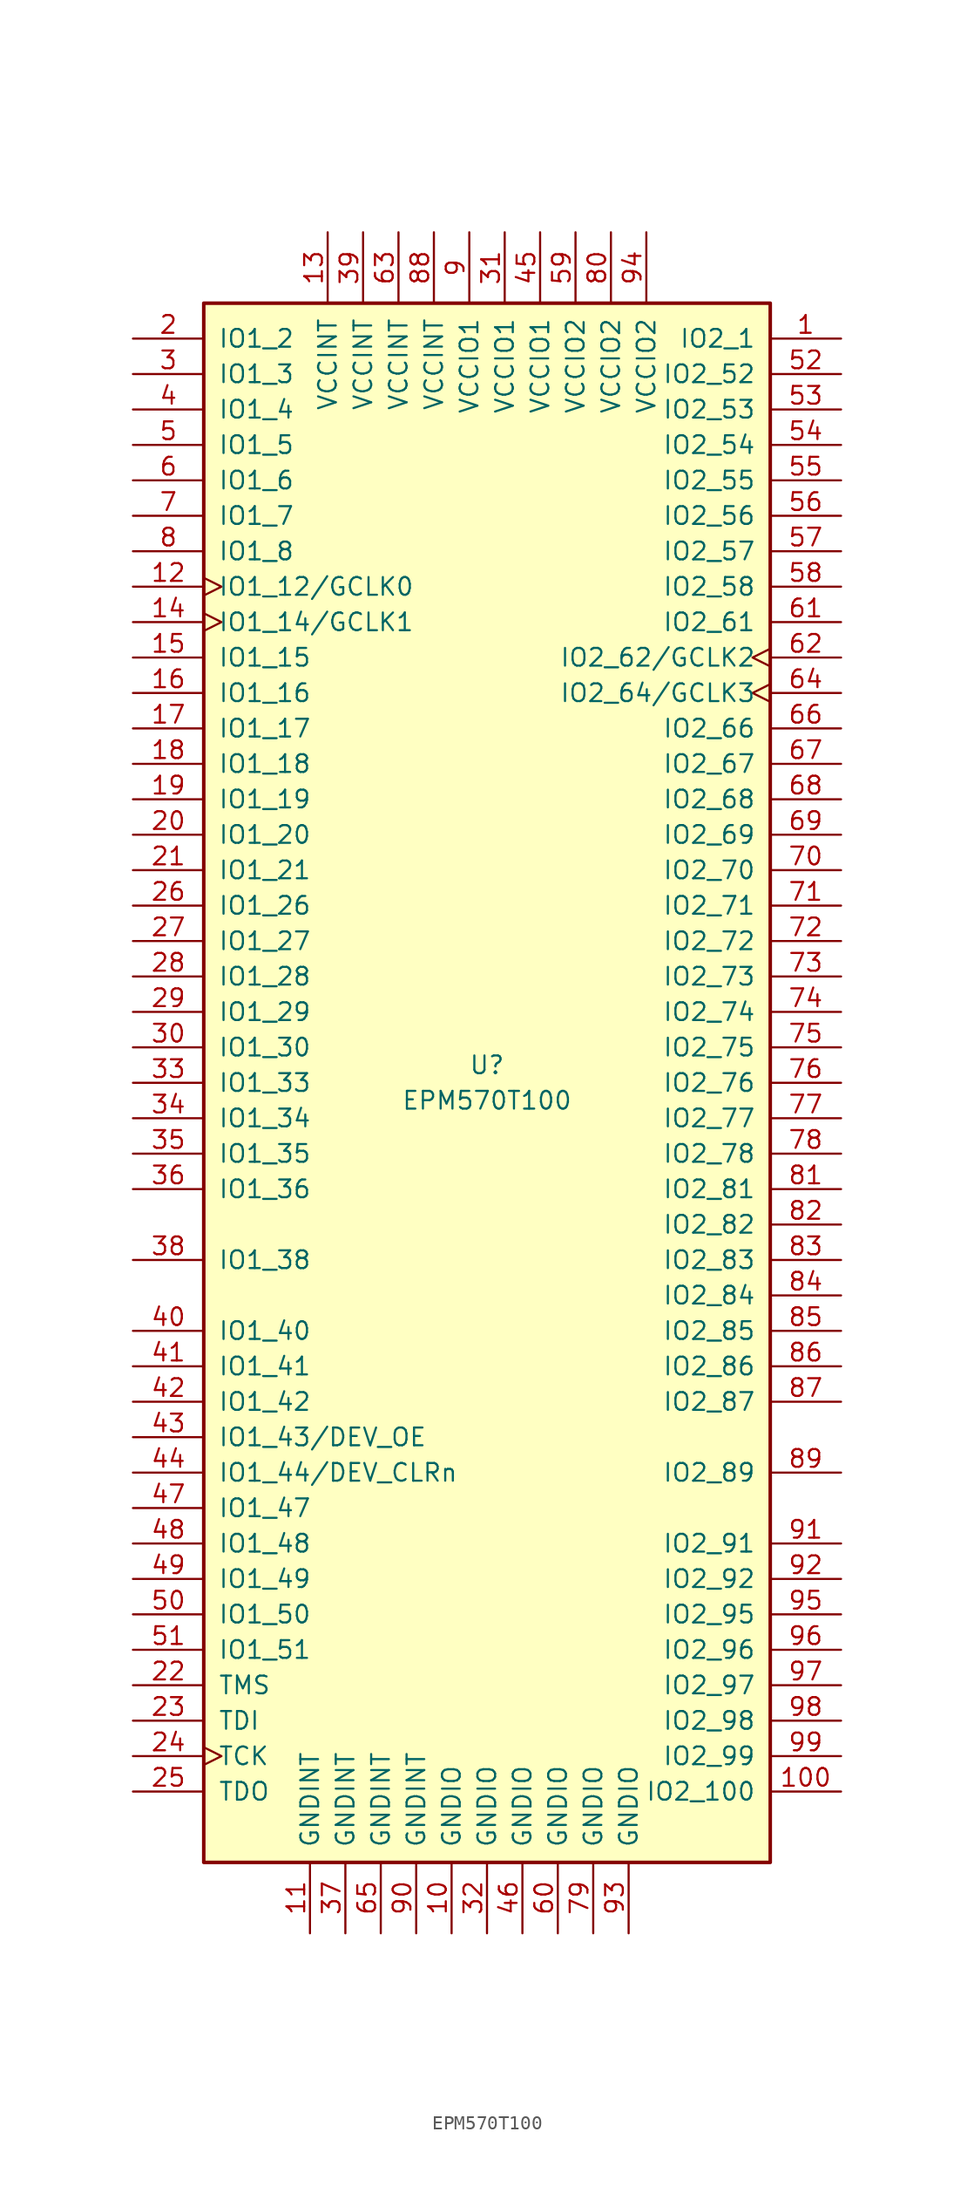
<source format=kicad_sym>
(kicad_symbol_lib
  (version 20220914)
  (generator kicad_symbol_editor)
  (symbol "EPM570T100"
    (pin_names
      (offset 1.016))
    (property "Reference" "U"
      (at 0 1.27 0)
      (effects (font (size 1.27 1.27))))
    (property "Value" "EPM570T100"
      (at 0 -1.27 0)
      (effects (font (size 1.27 1.27))))
    (symbol "EPM570T100_1_1"
      (rectangle (start -20.32 55.88) (end 20.32 -55.88) (stroke (width 0.254) (type default)) (fill (type background)))
      (pin bidirectional line (at 25.4 53.34 180) (length 5.08) (name "IO2_1" (effects (font (size 1.27 1.27)))) (number "1" (effects (font (size 1.27 1.27)))))
      (pin power_in line (at -2.54 -60.96 90) (length 5.08) (name "GNDIO" (effects (font (size 1.27 1.27)))) (number "10" (effects (font (size 1.27 1.27)))))
      (pin bidirectional line (at 25.4 -50.8 180) (length 5.08) (name "IO2_100" (effects (font (size 1.27 1.27)))) (number "100" (effects (font (size 1.27 1.27)))))
      (pin power_in line (at -12.7 -60.96 90) (length 5.08) (name "GNDINT" (effects (font (size 1.27 1.27)))) (number "11" (effects (font (size 1.27 1.27)))))
      (pin bidirectional clock (at -25.4 35.56 0) (length 5.08) (name "IO1_12/GCLK0" (effects (font (size 1.27 1.27)))) (number "12" (effects (font (size 1.27 1.27)))))
      (pin power_in line (at -11.43 60.96 270) (length 5.08) (name "VCCINT" (effects (font (size 1.27 1.27)))) (number "13" (effects (font (size 1.27 1.27)))))
      (pin bidirectional clock (at -25.4 33.02 0) (length 5.08) (name "IO1_14/GCLK1" (effects (font (size 1.27 1.27)))) (number "14" (effects (font (size 1.27 1.27)))))
      (pin bidirectional line (at -25.4 30.48 0) (length 5.08) (name "IO1_15" (effects (font (size 1.27 1.27)))) (number "15" (effects (font (size 1.27 1.27)))))
      (pin bidirectional line (at -25.4 27.94 0) (length 5.08) (name "IO1_16" (effects (font (size 1.27 1.27)))) (number "16" (effects (font (size 1.27 1.27)))))
      (pin bidirectional line (at -25.4 25.4 0) (length 5.08) (name "IO1_17" (effects (font (size 1.27 1.27)))) (number "17" (effects (font (size 1.27 1.27)))))
      (pin bidirectional line (at -25.4 22.86 0) (length 5.08) (name "IO1_18" (effects (font (size 1.27 1.27)))) (number "18" (effects (font (size 1.27 1.27)))))
      (pin bidirectional line (at -25.4 20.32 0) (length 5.08) (name "IO1_19" (effects (font (size 1.27 1.27)))) (number "19" (effects (font (size 1.27 1.27)))))
      (pin bidirectional line (at -25.4 53.34 0) (length 5.08) (name "IO1_2" (effects (font (size 1.27 1.27)))) (number "2" (effects (font (size 1.27 1.27)))))
      (pin bidirectional line (at -25.4 17.78 0) (length 5.08) (name "IO1_20" (effects (font (size 1.27 1.27)))) (number "20" (effects (font (size 1.27 1.27)))))
      (pin bidirectional line (at -25.4 15.24 0) (length 5.08) (name "IO1_21" (effects (font (size 1.27 1.27)))) (number "21" (effects (font (size 1.27 1.27)))))
      (pin input line (at -25.4 -43.18 0) (length 5.08) (name "TMS" (effects (font (size 1.27 1.27)))) (number "22" (effects (font (size 1.27 1.27)))))
      (pin input line (at -25.4 -45.72 0) (length 5.08) (name "TDI" (effects (font (size 1.27 1.27)))) (number "23" (effects (font (size 1.27 1.27)))))
      (pin input clock (at -25.4 -48.26 0) (length 5.08) (name "TCK" (effects (font (size 1.27 1.27)))) (number "24" (effects (font (size 1.27 1.27)))))
      (pin output line (at -25.4 -50.8 0) (length 5.08) (name "TDO" (effects (font (size 1.27 1.27)))) (number "25" (effects (font (size 1.27 1.27)))))
      (pin bidirectional line (at -25.4 12.7 0) (length 5.08) (name "IO1_26" (effects (font (size 1.27 1.27)))) (number "26" (effects (font (size 1.27 1.27)))))
      (pin bidirectional line (at -25.4 10.16 0) (length 5.08) (name "IO1_27" (effects (font (size 1.27 1.27)))) (number "27" (effects (font (size 1.27 1.27)))))
      (pin bidirectional line (at -25.4 7.62 0) (length 5.08) (name "IO1_28" (effects (font (size 1.27 1.27)))) (number "28" (effects (font (size 1.27 1.27)))))
      (pin bidirectional line (at -25.4 5.08 0) (length 5.08) (name "IO1_29" (effects (font (size 1.27 1.27)))) (number "29" (effects (font (size 1.27 1.27)))))
      (pin bidirectional line (at -25.4 50.8 0) (length 5.08) (name "IO1_3" (effects (font (size 1.27 1.27)))) (number "3" (effects (font (size 1.27 1.27)))))
      (pin bidirectional line (at -25.4 2.54 0) (length 5.08) (name "IO1_30" (effects (font (size 1.27 1.27)))) (number "30" (effects (font (size 1.27 1.27)))))
      (pin power_in line (at 1.27 60.96 270) (length 5.08) (name "VCCIO1" (effects (font (size 1.27 1.27)))) (number "31" (effects (font (size 1.27 1.27)))))
      (pin power_in line (at 0 -60.96 90) (length 5.08) (name "GNDIO" (effects (font (size 1.27 1.27)))) (number "32" (effects (font (size 1.27 1.27)))))
      (pin bidirectional line (at -25.4 0 0) (length 5.08) (name "IO1_33" (effects (font (size 1.27 1.27)))) (number "33" (effects (font (size 1.27 1.27)))))
      (pin bidirectional line (at -25.4 -2.54 0) (length 5.08) (name "IO1_34" (effects (font (size 1.27 1.27)))) (number "34" (effects (font (size 1.27 1.27)))))
      (pin bidirectional line (at -25.4 -5.08 0) (length 5.08) (name "IO1_35" (effects (font (size 1.27 1.27)))) (number "35" (effects (font (size 1.27 1.27)))))
      (pin bidirectional line (at -25.4 -7.62 0) (length 5.08) (name "IO1_36" (effects (font (size 1.27 1.27)))) (number "36" (effects (font (size 1.27 1.27)))))
      (pin power_in line (at -10.16 -60.96 90) (length 5.08) (name "GNDINT" (effects (font (size 1.27 1.27)))) (number "37" (effects (font (size 1.27 1.27)))))
      (pin bidirectional line (at -25.4 -12.7 0) (length 5.08) (name "IO1_38" (effects (font (size 1.27 1.27)))) (number "38" (effects (font (size 1.27 1.27)))))
      (pin power_in line (at -8.89 60.96 270) (length 5.08) (name "VCCINT" (effects (font (size 1.27 1.27)))) (number "39" (effects (font (size 1.27 1.27)))))
      (pin bidirectional line (at -25.4 48.26 0) (length 5.08) (name "IO1_4" (effects (font (size 1.27 1.27)))) (number "4" (effects (font (size 1.27 1.27)))))
      (pin bidirectional line (at -25.4 -17.78 0) (length 5.08) (name "IO1_40" (effects (font (size 1.27 1.27)))) (number "40" (effects (font (size 1.27 1.27)))))
      (pin bidirectional line (at -25.4 -20.32 0) (length 5.08) (name "IO1_41" (effects (font (size 1.27 1.27)))) (number "41" (effects (font (size 1.27 1.27)))))
      (pin bidirectional line (at -25.4 -22.86 0) (length 5.08) (name "IO1_42" (effects (font (size 1.27 1.27)))) (number "42" (effects (font (size 1.27 1.27)))))
      (pin bidirectional line (at -25.4 -25.4 0) (length 5.08) (name "IO1_43/DEV_OE" (effects (font (size 1.27 1.27)))) (number "43" (effects (font (size 1.27 1.27)))))
      (pin bidirectional line (at -25.4 -27.94 0) (length 5.08) (name "IO1_44/DEV_CLRn" (effects (font (size 1.27 1.27)))) (number "44" (effects (font (size 1.27 1.27)))))
      (pin power_in line (at 3.81 60.96 270) (length 5.08) (name "VCCIO1" (effects (font (size 1.27 1.27)))) (number "45" (effects (font (size 1.27 1.27)))))
      (pin power_in line (at 2.54 -60.96 90) (length 5.08) (name "GNDIO" (effects (font (size 1.27 1.27)))) (number "46" (effects (font (size 1.27 1.27)))))
      (pin bidirectional line (at -25.4 -30.48 0) (length 5.08) (name "IO1_47" (effects (font (size 1.27 1.27)))) (number "47" (effects (font (size 1.27 1.27)))))
      (pin bidirectional line (at -25.4 -33.02 0) (length 5.08) (name "IO1_48" (effects (font (size 1.27 1.27)))) (number "48" (effects (font (size 1.27 1.27)))))
      (pin bidirectional line (at -25.4 -35.56 0) (length 5.08) (name "IO1_49" (effects (font (size 1.27 1.27)))) (number "49" (effects (font (size 1.27 1.27)))))
      (pin bidirectional line (at -25.4 45.72 0) (length 5.08) (name "IO1_5" (effects (font (size 1.27 1.27)))) (number "5" (effects (font (size 1.27 1.27)))))
      (pin bidirectional line (at -25.4 -38.1 0) (length 5.08) (name "IO1_50" (effects (font (size 1.27 1.27)))) (number "50" (effects (font (size 1.27 1.27)))))
      (pin bidirectional line (at -25.4 -40.64 0) (length 5.08) (name "IO1_51" (effects (font (size 1.27 1.27)))) (number "51" (effects (font (size 1.27 1.27)))))
      (pin bidirectional line (at 25.4 50.8 180) (length 5.08) (name "IO2_52" (effects (font (size 1.27 1.27)))) (number "52" (effects (font (size 1.27 1.27)))))
      (pin bidirectional line (at 25.4 48.26 180) (length 5.08) (name "IO2_53" (effects (font (size 1.27 1.27)))) (number "53" (effects (font (size 1.27 1.27)))))
      (pin bidirectional line (at 25.4 45.72 180) (length 5.08) (name "IO2_54" (effects (font (size 1.27 1.27)))) (number "54" (effects (font (size 1.27 1.27)))))
      (pin bidirectional line (at 25.4 43.18 180) (length 5.08) (name "IO2_55" (effects (font (size 1.27 1.27)))) (number "55" (effects (font (size 1.27 1.27)))))
      (pin bidirectional line (at 25.4 40.64 180) (length 5.08) (name "IO2_56" (effects (font (size 1.27 1.27)))) (number "56" (effects (font (size 1.27 1.27)))))
      (pin bidirectional line (at 25.4 38.1 180) (length 5.08) (name "IO2_57" (effects (font (size 1.27 1.27)))) (number "57" (effects (font (size 1.27 1.27)))))
      (pin bidirectional line (at 25.4 35.56 180) (length 5.08) (name "IO2_58" (effects (font (size 1.27 1.27)))) (number "58" (effects (font (size 1.27 1.27)))))
      (pin power_in line (at 6.35 60.96 270) (length 5.08) (name "VCCIO2" (effects (font (size 1.27 1.27)))) (number "59" (effects (font (size 1.27 1.27)))))
      (pin bidirectional line (at -25.4 43.18 0) (length 5.08) (name "IO1_6" (effects (font (size 1.27 1.27)))) (number "6" (effects (font (size 1.27 1.27)))))
      (pin power_in line (at 5.08 -60.96 90) (length 5.08) (name "GNDIO" (effects (font (size 1.27 1.27)))) (number "60" (effects (font (size 1.27 1.27)))))
      (pin bidirectional line (at 25.4 33.02 180) (length 5.08) (name "IO2_61" (effects (font (size 1.27 1.27)))) (number "61" (effects (font (size 1.27 1.27)))))
      (pin bidirectional clock (at 25.4 30.48 180) (length 5.08) (name "IO2_62/GCLK2" (effects (font (size 1.27 1.27)))) (number "62" (effects (font (size 1.27 1.27)))))
      (pin power_in line (at -6.35 60.96 270) (length 5.08) (name "VCCINT" (effects (font (size 1.27 1.27)))) (number "63" (effects (font (size 1.27 1.27)))))
      (pin bidirectional clock (at 25.4 27.94 180) (length 5.08) (name "IO2_64/GCLK3" (effects (font (size 1.27 1.27)))) (number "64" (effects (font (size 1.27 1.27)))))
      (pin power_in line (at -7.62 -60.96 90) (length 5.08) (name "GNDINT" (effects (font (size 1.27 1.27)))) (number "65" (effects (font (size 1.27 1.27)))))
      (pin bidirectional line (at 25.4 25.4 180) (length 5.08) (name "IO2_66" (effects (font (size 1.27 1.27)))) (number "66" (effects (font (size 1.27 1.27)))))
      (pin bidirectional line (at 25.4 22.86 180) (length 5.08) (name "IO2_67" (effects (font (size 1.27 1.27)))) (number "67" (effects (font (size 1.27 1.27)))))
      (pin bidirectional line (at 25.4 20.32 180) (length 5.08) (name "IO2_68" (effects (font (size 1.27 1.27)))) (number "68" (effects (font (size 1.27 1.27)))))
      (pin bidirectional line (at 25.4 17.78 180) (length 5.08) (name "IO2_69" (effects (font (size 1.27 1.27)))) (number "69" (effects (font (size 1.27 1.27)))))
      (pin bidirectional line (at -25.4 40.64 0) (length 5.08) (name "IO1_7" (effects (font (size 1.27 1.27)))) (number "7" (effects (font (size 1.27 1.27)))))
      (pin bidirectional line (at 25.4 15.24 180) (length 5.08) (name "IO2_70" (effects (font (size 1.27 1.27)))) (number "70" (effects (font (size 1.27 1.27)))))
      (pin bidirectional line (at 25.4 12.7 180) (length 5.08) (name "IO2_71" (effects (font (size 1.27 1.27)))) (number "71" (effects (font (size 1.27 1.27)))))
      (pin bidirectional line (at 25.4 10.16 180) (length 5.08) (name "IO2_72" (effects (font (size 1.27 1.27)))) (number "72" (effects (font (size 1.27 1.27)))))
      (pin bidirectional line (at 25.4 7.62 180) (length 5.08) (name "IO2_73" (effects (font (size 1.27 1.27)))) (number "73" (effects (font (size 1.27 1.27)))))
      (pin bidirectional line (at 25.4 5.08 180) (length 5.08) (name "IO2_74" (effects (font (size 1.27 1.27)))) (number "74" (effects (font (size 1.27 1.27)))))
      (pin bidirectional line (at 25.4 2.54 180) (length 5.08) (name "IO2_75" (effects (font (size 1.27 1.27)))) (number "75" (effects (font (size 1.27 1.27)))))
      (pin bidirectional line (at 25.4 0 180) (length 5.08) (name "IO2_76" (effects (font (size 1.27 1.27)))) (number "76" (effects (font (size 1.27 1.27)))))
      (pin bidirectional line (at 25.4 -2.54 180) (length 5.08) (name "IO2_77" (effects (font (size 1.27 1.27)))) (number "77" (effects (font (size 1.27 1.27)))))
      (pin bidirectional line (at 25.4 -5.08 180) (length 5.08) (name "IO2_78" (effects (font (size 1.27 1.27)))) (number "78" (effects (font (size 1.27 1.27)))))
      (pin power_in line (at 7.62 -60.96 90) (length 5.08) (name "GNDIO" (effects (font (size 1.27 1.27)))) (number "79" (effects (font (size 1.27 1.27)))))
      (pin bidirectional line (at -25.4 38.1 0) (length 5.08) (name "IO1_8" (effects (font (size 1.27 1.27)))) (number "8" (effects (font (size 1.27 1.27)))))
      (pin power_in line (at 8.89 60.96 270) (length 5.08) (name "VCCIO2" (effects (font (size 1.27 1.27)))) (number "80" (effects (font (size 1.27 1.27)))))
      (pin bidirectional line (at 25.4 -7.62 180) (length 5.08) (name "IO2_81" (effects (font (size 1.27 1.27)))) (number "81" (effects (font (size 1.27 1.27)))))
      (pin bidirectional line (at 25.4 -10.16 180) (length 5.08) (name "IO2_82" (effects (font (size 1.27 1.27)))) (number "82" (effects (font (size 1.27 1.27)))))
      (pin bidirectional line (at 25.4 -12.7 180) (length 5.08) (name "IO2_83" (effects (font (size 1.27 1.27)))) (number "83" (effects (font (size 1.27 1.27)))))
      (pin bidirectional line (at 25.4 -15.24 180) (length 5.08) (name "IO2_84" (effects (font (size 1.27 1.27)))) (number "84" (effects (font (size 1.27 1.27)))))
      (pin bidirectional line (at 25.4 -17.78 180) (length 5.08) (name "IO2_85" (effects (font (size 1.27 1.27)))) (number "85" (effects (font (size 1.27 1.27)))))
      (pin bidirectional line (at 25.4 -20.32 180) (length 5.08) (name "IO2_86" (effects (font (size 1.27 1.27)))) (number "86" (effects (font (size 1.27 1.27)))))
      (pin bidirectional line (at 25.4 -22.86 180) (length 5.08) (name "IO2_87" (effects (font (size 1.27 1.27)))) (number "87" (effects (font (size 1.27 1.27)))))
      (pin power_in line (at -3.81 60.96 270) (length 5.08) (name "VCCINT" (effects (font (size 1.27 1.27)))) (number "88" (effects (font (size 1.27 1.27)))))
      (pin bidirectional line (at 25.4 -27.94 180) (length 5.08) (name "IO2_89" (effects (font (size 1.27 1.27)))) (number "89" (effects (font (size 1.27 1.27)))))
      (pin power_in line (at -1.27 60.96 270) (length 5.08) (name "VCCIO1" (effects (font (size 1.27 1.27)))) (number "9" (effects (font (size 1.27 1.27)))))
      (pin power_in line (at -5.08 -60.96 90) (length 5.08) (name "GNDINT" (effects (font (size 1.27 1.27)))) (number "90" (effects (font (size 1.27 1.27)))))
      (pin bidirectional line (at 25.4 -33.02 180) (length 5.08) (name "IO2_91" (effects (font (size 1.27 1.27)))) (number "91" (effects (font (size 1.27 1.27)))))
      (pin bidirectional line (at 25.4 -35.56 180) (length 5.08) (name "IO2_92" (effects (font (size 1.27 1.27)))) (number "92" (effects (font (size 1.27 1.27)))))
      (pin power_in line (at 10.16 -60.96 90) (length 5.08) (name "GNDIO" (effects (font (size 1.27 1.27)))) (number "93" (effects (font (size 1.27 1.27)))))
      (pin power_in line (at 11.43 60.96 270) (length 5.08) (name "VCCIO2" (effects (font (size 1.27 1.27)))) (number "94" (effects (font (size 1.27 1.27)))))
      (pin bidirectional line (at 25.4 -38.1 180) (length 5.08) (name "IO2_95" (effects (font (size 1.27 1.27)))) (number "95" (effects (font (size 1.27 1.27)))))
      (pin bidirectional line (at 25.4 -40.64 180) (length 5.08) (name "IO2_96" (effects (font (size 1.27 1.27)))) (number "96" (effects (font (size 1.27 1.27)))))
      (pin bidirectional line (at 25.4 -43.18 180) (length 5.08) (name "IO2_97" (effects (font (size 1.27 1.27)))) (number "97" (effects (font (size 1.27 1.27)))))
      (pin bidirectional line (at 25.4 -45.72 180) (length 5.08) (name "IO2_98" (effects (font (size 1.27 1.27)))) (number "98" (effects (font (size 1.27 1.27)))))
      (pin bidirectional line (at 25.4 -48.26 180) (length 5.08) (name "IO2_99" (effects (font (size 1.27 1.27)))) (number "99" (effects (font (size 1.27 1.27))))))))
</source>
